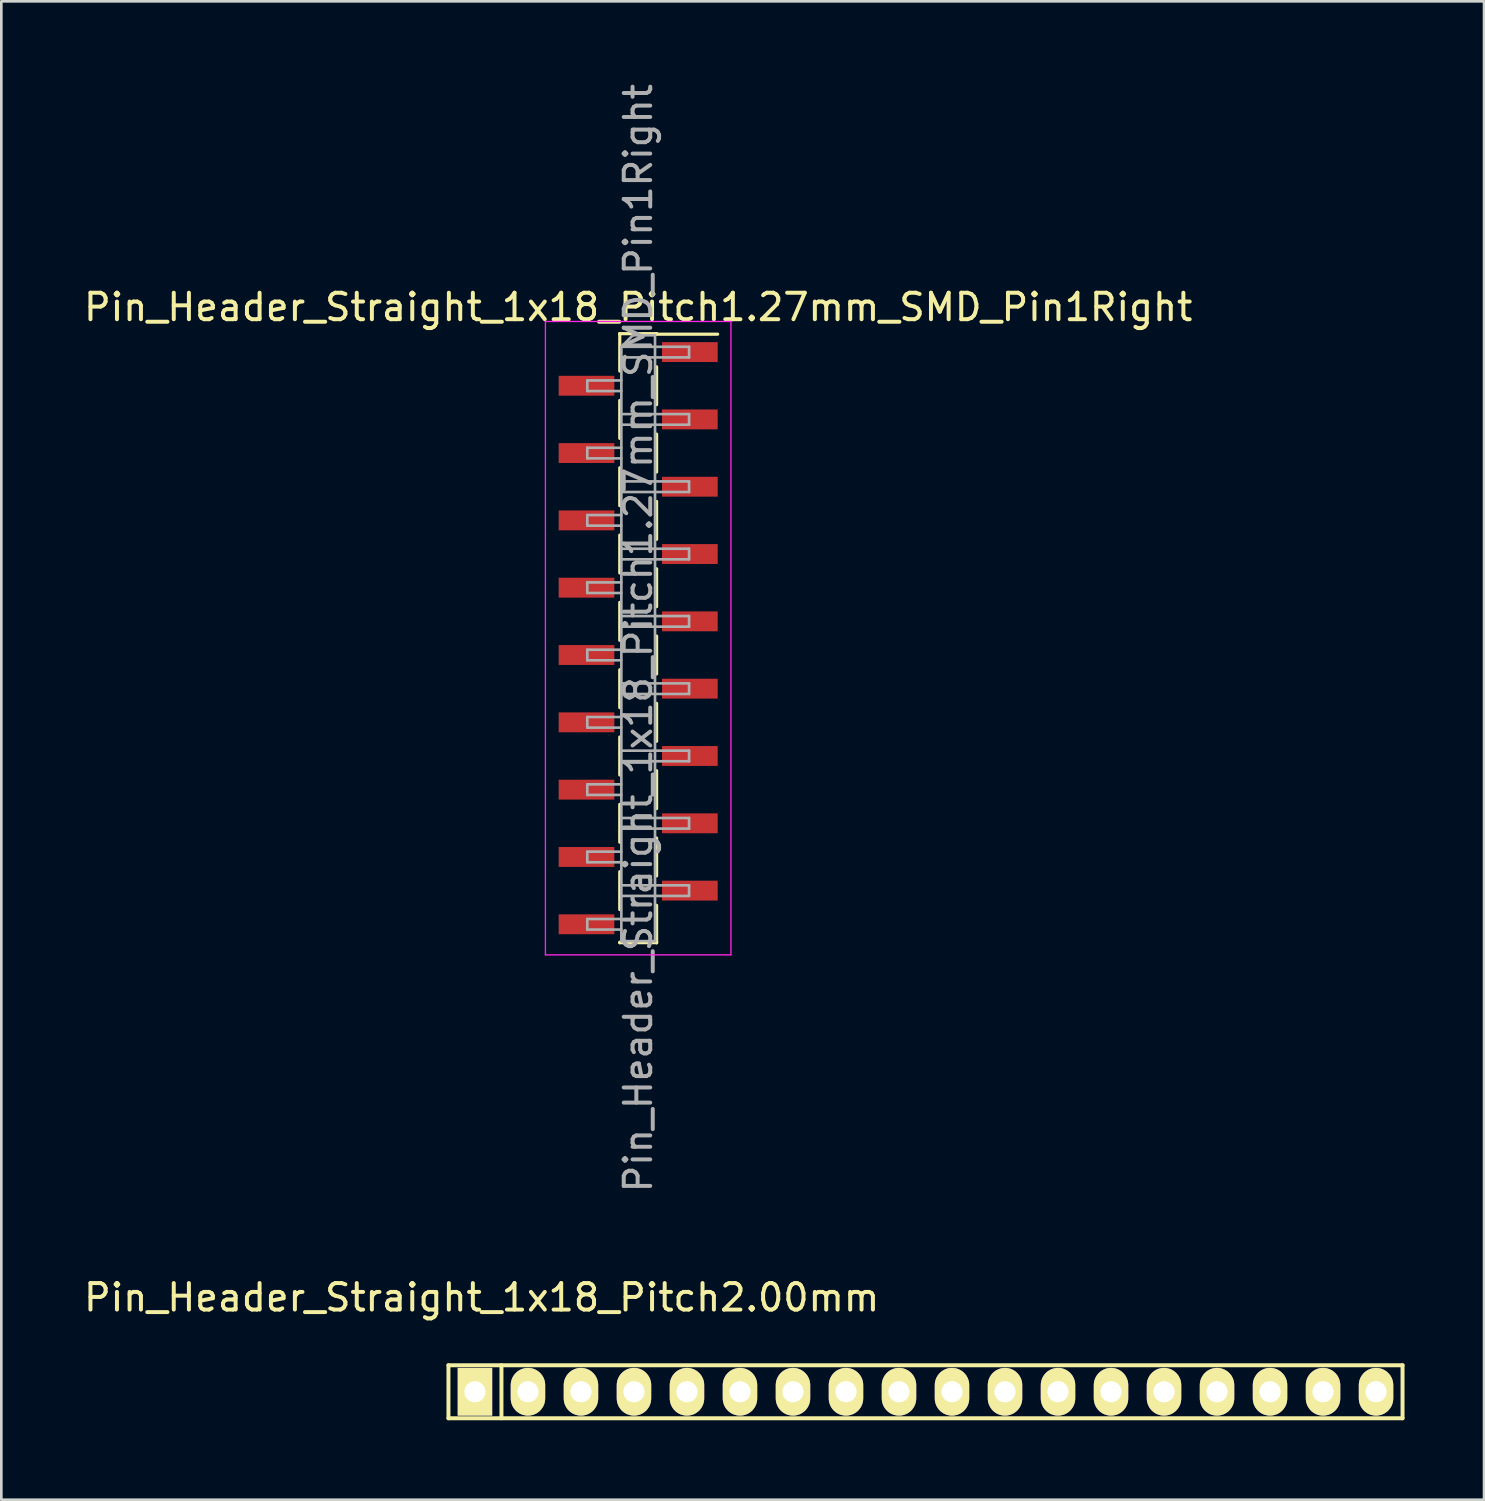
<source format=kicad_pcb>
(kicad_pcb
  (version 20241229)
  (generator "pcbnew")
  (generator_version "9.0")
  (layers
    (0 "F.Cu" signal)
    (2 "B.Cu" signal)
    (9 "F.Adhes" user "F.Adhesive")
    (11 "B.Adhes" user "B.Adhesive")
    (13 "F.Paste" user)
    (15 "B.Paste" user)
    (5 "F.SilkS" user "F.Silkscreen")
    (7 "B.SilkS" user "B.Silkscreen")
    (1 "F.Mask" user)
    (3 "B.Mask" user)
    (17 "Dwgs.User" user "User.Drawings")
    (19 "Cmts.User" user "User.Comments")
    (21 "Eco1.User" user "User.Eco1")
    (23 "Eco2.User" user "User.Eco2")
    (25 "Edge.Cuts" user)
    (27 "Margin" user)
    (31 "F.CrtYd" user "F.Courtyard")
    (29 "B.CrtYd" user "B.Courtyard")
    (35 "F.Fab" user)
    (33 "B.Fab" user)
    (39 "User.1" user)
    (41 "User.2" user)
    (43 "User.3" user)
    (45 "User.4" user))
  (footprint "Pin_Header_Straight_1x18_Pitch1.27mm_SMD_Pin1Right"
    (layer "F.Cu")
    (at 21.03 21.03)
    (property "Reference" "Pin_Header_Straight_1x18_Pitch1.27mm_SMD_Pin1Right" (at 0 -12.49 0) (layer "F.SilkS") (effects (font (size 1 1) (thickness 0.15))))
    (attr smd)
    (fp_line (start -0.695 -11.49) (end -0.695 -10.08) (stroke (width 0.12) (type solid)) (layer "F.SilkS"))
    (fp_line (start -0.695 -11.49) (end 0.695 -11.49) (stroke (width 0.12) (type solid)) (layer "F.SilkS"))
    (fp_line (start -0.695 -11.47) (end -0.695 -11.49) (stroke (width 0.12) (type solid)) (layer "F.SilkS"))
    (fp_line (start -0.695 -8.97) (end -0.695 -7.54) (stroke (width 0.12) (type solid)) (layer "F.SilkS"))
    (fp_line (start -0.695 -6.43) (end -0.695 -5) (stroke (width 0.12) (type solid)) (layer "F.SilkS"))
    (fp_line (start -0.695 -3.89) (end -0.695 -2.46) (stroke (width 0.12) (type solid)) (layer "F.SilkS"))
    (fp_line (start -0.695 -1.35) (end -0.695 0.08) (stroke (width 0.12) (type solid)) (layer "F.SilkS"))
    (fp_line (start -0.695 1.19) (end -0.695 2.62) (stroke (width 0.12) (type solid)) (layer "F.SilkS"))
    (fp_line (start -0.695 3.73) (end -0.695 5.16) (stroke (width 0.12) (type solid)) (layer "F.SilkS"))
    (fp_line (start -0.695 6.27) (end -0.695 7.7) (stroke (width 0.12) (type solid)) (layer "F.SilkS"))
    (fp_line (start -0.695 8.81) (end -0.695 10.24) (stroke (width 0.12) (type solid)) (layer "F.SilkS"))
    (fp_line (start -0.695 11.47) (end -0.695 11.49) (stroke (width 0.12) (type solid)) (layer "F.SilkS"))
    (fp_line (start -0.695 11.49) (end 0.695 11.49) (stroke (width 0.12) (type solid)) (layer "F.SilkS"))
    (fp_line (start 0.695 -11.49) (end 0.695 -11.47) (stroke (width 0.12) (type solid)) (layer "F.SilkS"))
    (fp_line (start 0.695 -11.47) (end 3 -11.47) (stroke (width 0.12) (type solid)) (layer "F.SilkS"))
    (fp_line (start 0.695 -10.24) (end 0.695 -8.81) (stroke (width 0.12) (type solid)) (layer "F.SilkS"))
    (fp_line (start 0.695 -7.7) (end 0.695 -6.27) (stroke (width 0.12) (type solid)) (layer "F.SilkS"))
    (fp_line (start 0.695 -5.16) (end 0.695 -3.73) (stroke (width 0.12) (type solid)) (layer "F.SilkS"))
    (fp_line (start 0.695 -2.62) (end 0.695 -1.19) (stroke (width 0.12) (type solid)) (layer "F.SilkS"))
    (fp_line (start 0.695 -0.08) (end 0.695 1.35) (stroke (width 0.12) (type solid)) (layer "F.SilkS"))
    (fp_line (start 0.695 2.46) (end 0.695 3.89) (stroke (width 0.12) (type solid)) (layer "F.SilkS"))
    (fp_line (start 0.695 5) (end 0.695 6.43) (stroke (width 0.12) (type solid)) (layer "F.SilkS"))
    (fp_line (start 0.695 7.54) (end 0.695 8.97) (stroke (width 0.12) (type solid)) (layer "F.SilkS"))
    (fp_line (start 0.695 10.08) (end 0.695 11.49) (stroke (width 0.12) (type solid)) (layer "F.SilkS"))
    (fp_line (start 0.695 11.49) (end 0.695 11.47) (stroke (width 0.12) (type solid)) (layer "F.SilkS"))
    (fp_line (start -3.5 -11.95) (end -3.5 11.95) (stroke (width 0.05) (type solid)) (layer "F.CrtYd"))
    (fp_line (start -3.5 11.95) (end 3.5 11.95) (stroke (width 0.05) (type solid)) (layer "F.CrtYd"))
    (fp_line (start 3.5 -11.95) (end -3.5 -11.95) (stroke (width 0.05) (type solid)) (layer "F.CrtYd"))
    (fp_line (start 3.5 11.95) (end 3.5 -11.95) (stroke (width 0.05) (type solid)) (layer "F.CrtYd"))
    (fp_line (start -1.92 -9.725) (end -1.92 -9.325) (stroke (width 0.1) (type solid)) (layer "F.Fab"))
    (fp_line (start -1.92 -9.325) (end -0.635 -9.325) (stroke (width 0.1) (type solid)) (layer "F.Fab"))
    (fp_line (start -1.92 -7.185) (end -1.92 -6.785) (stroke (width 0.1) (type solid)) (layer "F.Fab"))
    (fp_line (start -1.92 -6.785) (end -0.635 -6.785) (stroke (width 0.1) (type solid)) (layer "F.Fab"))
    (fp_line (start -1.92 -4.645) (end -1.92 -4.245) (stroke (width 0.1) (type solid)) (layer "F.Fab"))
    (fp_line (start -1.92 -4.245) (end -0.635 -4.245) (stroke (width 0.1) (type solid)) (layer "F.Fab"))
    (fp_line (start -1.92 -2.105) (end -1.92 -1.705) (stroke (width 0.1) (type solid)) (layer "F.Fab"))
    (fp_line (start -1.92 -1.705) (end -0.635 -1.705) (stroke (width 0.1) (type solid)) (layer "F.Fab"))
    (fp_line (start -1.92 0.435) (end -1.92 0.835) (stroke (width 0.1) (type solid)) (layer "F.Fab"))
    (fp_line (start -1.92 0.835) (end -0.635 0.835) (stroke (width 0.1) (type solid)) (layer "F.Fab"))
    (fp_line (start -1.92 2.975) (end -1.92 3.375) (stroke (width 0.1) (type solid)) (layer "F.Fab"))
    (fp_line (start -1.92 3.375) (end -0.635 3.375) (stroke (width 0.1) (type solid)) (layer "F.Fab"))
    (fp_line (start -1.92 5.515) (end -1.92 5.915) (stroke (width 0.1) (type solid)) (layer "F.Fab"))
    (fp_line (start -1.92 5.915) (end -0.635 5.915) (stroke (width 0.1) (type solid)) (layer "F.Fab"))
    (fp_line (start -1.92 8.055) (end -1.92 8.455) (stroke (width 0.1) (type solid)) (layer "F.Fab"))
    (fp_line (start -1.92 8.455) (end -0.635 8.455) (stroke (width 0.1) (type solid)) (layer "F.Fab"))
    (fp_line (start -1.92 10.595) (end -1.92 10.995) (stroke (width 0.1) (type solid)) (layer "F.Fab"))
    (fp_line (start -1.92 10.995) (end -0.635 10.995) (stroke (width 0.1) (type solid)) (layer "F.Fab"))
    (fp_line (start -0.635 -10.995) (end -0.2 -11.43) (stroke (width 0.1) (type solid)) (layer "F.Fab"))
    (fp_line (start -0.635 -10.995) (end 1.92 -10.995) (stroke (width 0.1) (type solid)) (layer "F.Fab"))
    (fp_line (start -0.635 -9.725) (end -1.92 -9.725) (stroke (width 0.1) (type solid)) (layer "F.Fab"))
    (fp_line (start -0.635 -8.455) (end 1.92 -8.455) (stroke (width 0.1) (type solid)) (layer "F.Fab"))
    (fp_line (start -0.635 -7.185) (end -1.92 -7.185) (stroke (width 0.1) (type solid)) (layer "F.Fab"))
    (fp_line (start -0.635 -5.915) (end 1.92 -5.915) (stroke (width 0.1) (type solid)) (layer "F.Fab"))
    (fp_line (start -0.635 -4.645) (end -1.92 -4.645) (stroke (width 0.1) (type solid)) (layer "F.Fab"))
    (fp_line (start -0.635 -3.375) (end 1.92 -3.375) (stroke (width 0.1) (type solid)) (layer "F.Fab"))
    (fp_line (start -0.635 -2.105) (end -1.92 -2.105) (stroke (width 0.1) (type solid)) (layer "F.Fab"))
    (fp_line (start -0.635 -0.835) (end 1.92 -0.835) (stroke (width 0.1) (type solid)) (layer "F.Fab"))
    (fp_line (start -0.635 0.435) (end -1.92 0.435) (stroke (width 0.1) (type solid)) (layer "F.Fab"))
    (fp_line (start -0.635 1.705) (end 1.92 1.705) (stroke (width 0.1) (type solid)) (layer "F.Fab"))
    (fp_line (start -0.635 2.975) (end -1.92 2.975) (stroke (width 0.1) (type solid)) (layer "F.Fab"))
    (fp_line (start -0.635 4.245) (end 1.92 4.245) (stroke (width 0.1) (type solid)) (layer "F.Fab"))
    (fp_line (start -0.635 5.515) (end -1.92 5.515) (stroke (width 0.1) (type solid)) (layer "F.Fab"))
    (fp_line (start -0.635 6.785) (end 1.92 6.785) (stroke (width 0.1) (type solid)) (layer "F.Fab"))
    (fp_line (start -0.635 8.055) (end -1.92 8.055) (stroke (width 0.1) (type solid)) (layer "F.Fab"))
    (fp_line (start -0.635 9.325) (end 1.92 9.325) (stroke (width 0.1) (type solid)) (layer "F.Fab"))
    (fp_line (start -0.635 10.595) (end -1.92 10.595) (stroke (width 0.1) (type solid)) (layer "F.Fab"))
    (fp_line (start -0.635 11.43) (end -0.635 -10.995) (stroke (width 0.1) (type solid)) (layer "F.Fab"))
    (fp_line (start -0.2 -11.43) (end 0.635 -11.43) (stroke (width 0.1) (type solid)) (layer "F.Fab"))
    (fp_line (start 0.635 -11.43) (end 0.635 11.43) (stroke (width 0.1) (type solid)) (layer "F.Fab"))
    (fp_line (start 0.635 11.43) (end -0.635 11.43) (stroke (width 0.1) (type solid)) (layer "F.Fab"))
    (fp_line (start 1.92 -10.995) (end 1.92 -10.595) (stroke (width 0.1) (type solid)) (layer "F.Fab"))
    (fp_line (start 1.92 -10.595) (end -0.635 -10.595) (stroke (width 0.1) (type solid)) (layer "F.Fab"))
    (fp_line (start 1.92 -8.455) (end 1.92 -8.055) (stroke (width 0.1) (type solid)) (layer "F.Fab"))
    (fp_line (start 1.92 -8.055) (end -0.635 -8.055) (stroke (width 0.1) (type solid)) (layer "F.Fab"))
    (fp_line (start 1.92 -5.915) (end 1.92 -5.515) (stroke (width 0.1) (type solid)) (layer "F.Fab"))
    (fp_line (start 1.92 -5.515) (end -0.635 -5.515) (stroke (width 0.1) (type solid)) (layer "F.Fab"))
    (fp_line (start 1.92 -3.375) (end 1.92 -2.975) (stroke (width 0.1) (type solid)) (layer "F.Fab"))
    (fp_line (start 1.92 -2.975) (end -0.635 -2.975) (stroke (width 0.1) (type solid)) (layer "F.Fab"))
    (fp_line (start 1.92 -0.835) (end 1.92 -0.435) (stroke (width 0.1) (type solid)) (layer "F.Fab"))
    (fp_line (start 1.92 -0.435) (end -0.635 -0.435) (stroke (width 0.1) (type solid)) (layer "F.Fab"))
    (fp_line (start 1.92 1.705) (end 1.92 2.105) (stroke (width 0.1) (type solid)) (layer "F.Fab"))
    (fp_line (start 1.92 2.105) (end -0.635 2.105) (stroke (width 0.1) (type solid)) (layer "F.Fab"))
    (fp_line (start 1.92 4.245) (end 1.92 4.645) (stroke (width 0.1) (type solid)) (layer "F.Fab"))
    (fp_line (start 1.92 4.645) (end -0.635 4.645) (stroke (width 0.1) (type solid)) (layer "F.Fab"))
    (fp_line (start 1.92 6.785) (end 1.92 7.185) (stroke (width 0.1) (type solid)) (layer "F.Fab"))
    (fp_line (start 1.92 7.185) (end -0.635 7.185) (stroke (width 0.1) (type solid)) (layer "F.Fab"))
    (fp_line (start 1.92 9.325) (end 1.92 9.725) (stroke (width 0.1) (type solid)) (layer "F.Fab"))
    (fp_line (start 1.92 9.725) (end -0.635 9.725) (stroke (width 0.1) (type solid)) (layer "F.Fab"))
    (fp_text user "${REFERENCE}" (at 0 0 90) (layer "F.Fab") (effects (font (size 1 1) (thickness 0.15))))
    (pad "1" smd rect (at 1.95 -10.795) (size 2.1 0.75) (layers "F.Cu" "F.Mask"))
    (pad "2" smd rect (at -1.95 -9.525) (size 2.1 0.75) (layers "F.Cu" "F.Mask"))
    (pad "3" smd rect (at 1.95 -8.255) (size 2.1 0.75) (layers "F.Cu" "F.Mask"))
    (pad "4" smd rect (at -1.95 -6.985) (size 2.1 0.75) (layers "F.Cu" "F.Mask"))
    (pad "5" smd rect (at 1.95 -5.715) (size 2.1 0.75) (layers "F.Cu" "F.Mask"))
    (pad "6" smd rect (at -1.95 -4.445) (size 2.1 0.75) (layers "F.Cu" "F.Mask"))
    (pad "7" smd rect (at 1.95 -3.175) (size 2.1 0.75) (layers "F.Cu" "F.Mask"))
    (pad "8" smd rect (at -1.95 -1.905) (size 2.1 0.75) (layers "F.Cu" "F.Mask"))
    (pad "9" smd rect (at 1.95 -0.635) (size 2.1 0.75) (layers "F.Cu" "F.Mask"))
    (pad "10" smd rect (at -1.95 0.635) (size 2.1 0.75) (layers "F.Cu" "F.Mask"))
    (pad "11" smd rect (at 1.95 1.905) (size 2.1 0.75) (layers "F.Cu" "F.Mask"))
    (pad "12" smd rect (at -1.95 3.175) (size 2.1 0.75) (layers "F.Cu" "F.Mask"))
    (pad "13" smd rect (at 1.95 4.445) (size 2.1 0.75) (layers "F.Cu" "F.Mask"))
    (pad "14" smd rect (at -1.95 5.715) (size 2.1 0.75) (layers "F.Cu" "F.Mask"))
    (pad "15" smd rect (at 1.95 6.985) (size 2.1 0.75) (layers "F.Cu" "F.Mask"))
    (pad "16" smd rect (at -1.95 8.255) (size 2.1 0.75) (layers "F.Cu" "F.Mask"))
    (pad "17" smd rect (at 1.95 9.525) (size 2.1 0.75) (layers "F.Cu" "F.Mask"))
    (pad "18" smd rect (at -1.95 10.795) (size 2.1 0.75) (layers "F.Cu" "F.Mask")))
  (footprint "Pin_Header_Straight_1x18_Pitch2.00mm"
    (layer "F.Cu")
    (at 14.871 49.464)
    (property "Reference" "Pin_Header_Straight_1x18_Pitch2.00mm" (at 0.254 -3.556 0) (layer "F.SilkS") (effects (font (size 1 1) (thickness 0.15))))
    (attr through_hole)
    (fp_line (start -1 -1) (end 35 -1) (stroke (width 0.15) (type solid)) (layer "F.SilkS"))
    (fp_line (start -1 1) (end -1 -1) (stroke (width 0.15) (type solid)) (layer "F.SilkS"))
    (fp_line (start 1 -1) (end 1 1) (stroke (width 0.15) (type solid)) (layer "F.SilkS"))
    (fp_line (start 35 -1) (end 35 1) (stroke (width 0.15) (type solid)) (layer "F.SilkS"))
    (fp_line (start 35 1) (end -1 1) (stroke (width 0.15) (type solid)) (layer "F.SilkS"))
    (pad "1" thru_hole rect (at 0 0) (size 1.3 1.8) (drill 0.8) (layers "*.Cu" "*.Mask" "F.SilkS"))
    (pad "2" thru_hole oval (at 2 0) (size 1.3 1.8) (drill 0.8) (layers "*.Cu" "*.Mask" "F.SilkS"))
    (pad "3" thru_hole oval (at 4 0) (size 1.3 1.8) (drill 0.8) (layers "*.Cu" "*.Mask" "F.SilkS"))
    (pad "4" thru_hole oval (at 6 0) (size 1.3 1.8) (drill 0.8) (layers "*.Cu" "*.Mask" "F.SilkS"))
    (pad "5" thru_hole oval (at 8 0) (size 1.3 1.8) (drill 0.8) (layers "*.Cu" "*.Mask" "F.SilkS"))
    (pad "6" thru_hole oval (at 10 0) (size 1.3 1.8) (drill 0.8) (layers "*.Cu" "*.Mask" "F.SilkS"))
    (pad "7" thru_hole oval (at 12 0) (size 1.3 1.8) (drill 0.8) (layers "*.Cu" "*.Mask" "F.SilkS"))
    (pad "8" thru_hole oval (at 14 0) (size 1.3 1.8) (drill 0.8) (layers "*.Cu" "*.Mask" "F.SilkS"))
    (pad "9" thru_hole oval (at 16 0) (size 1.3 1.8) (drill 0.8) (layers "*.Cu" "*.Mask" "F.SilkS"))
    (pad "10" thru_hole oval (at 18 0) (size 1.3 1.8) (drill 0.8) (layers "*.Cu" "*.Mask" "F.SilkS"))
    (pad "11" thru_hole oval (at 20 0) (size 1.3 1.8) (drill 0.8) (layers "*.Cu" "*.Mask" "F.SilkS"))
    (pad "12" thru_hole oval (at 22 0) (size 1.3 1.8) (drill 0.8) (layers "*.Cu" "*.Mask" "F.SilkS"))
    (pad "13" thru_hole oval (at 24 0) (size 1.3 1.8) (drill 0.8) (layers "*.Cu" "*.Mask" "F.SilkS"))
    (pad "14" thru_hole oval (at 26 0) (size 1.3 1.8) (drill 0.8) (layers "*.Cu" "*.Mask" "F.SilkS"))
    (pad "15" thru_hole oval (at 28 0) (size 1.3 1.8) (drill 0.8) (layers "*.Cu" "*.Mask" "F.SilkS"))
    (pad "16" thru_hole oval (at 30 0) (size 1.3 1.8) (drill 0.8) (layers "*.Cu" "*.Mask" "F.SilkS"))
    (pad "17" thru_hole oval (at 32 0) (size 1.3 1.8) (drill 0.8) (layers "*.Cu" "*.Mask" "F.SilkS"))
    (pad "18" thru_hole oval (at 34 0) (size 1.3 1.8) (drill 0.8) (layers "*.Cu" "*.Mask" "F.SilkS")))
  (gr_rect
    (start -3 -3)
    (end 52.946 53.539)
    (stroke (width 0.1) (type default))
    (fill no)
    (layer "Edge.Cuts")))
</source>
